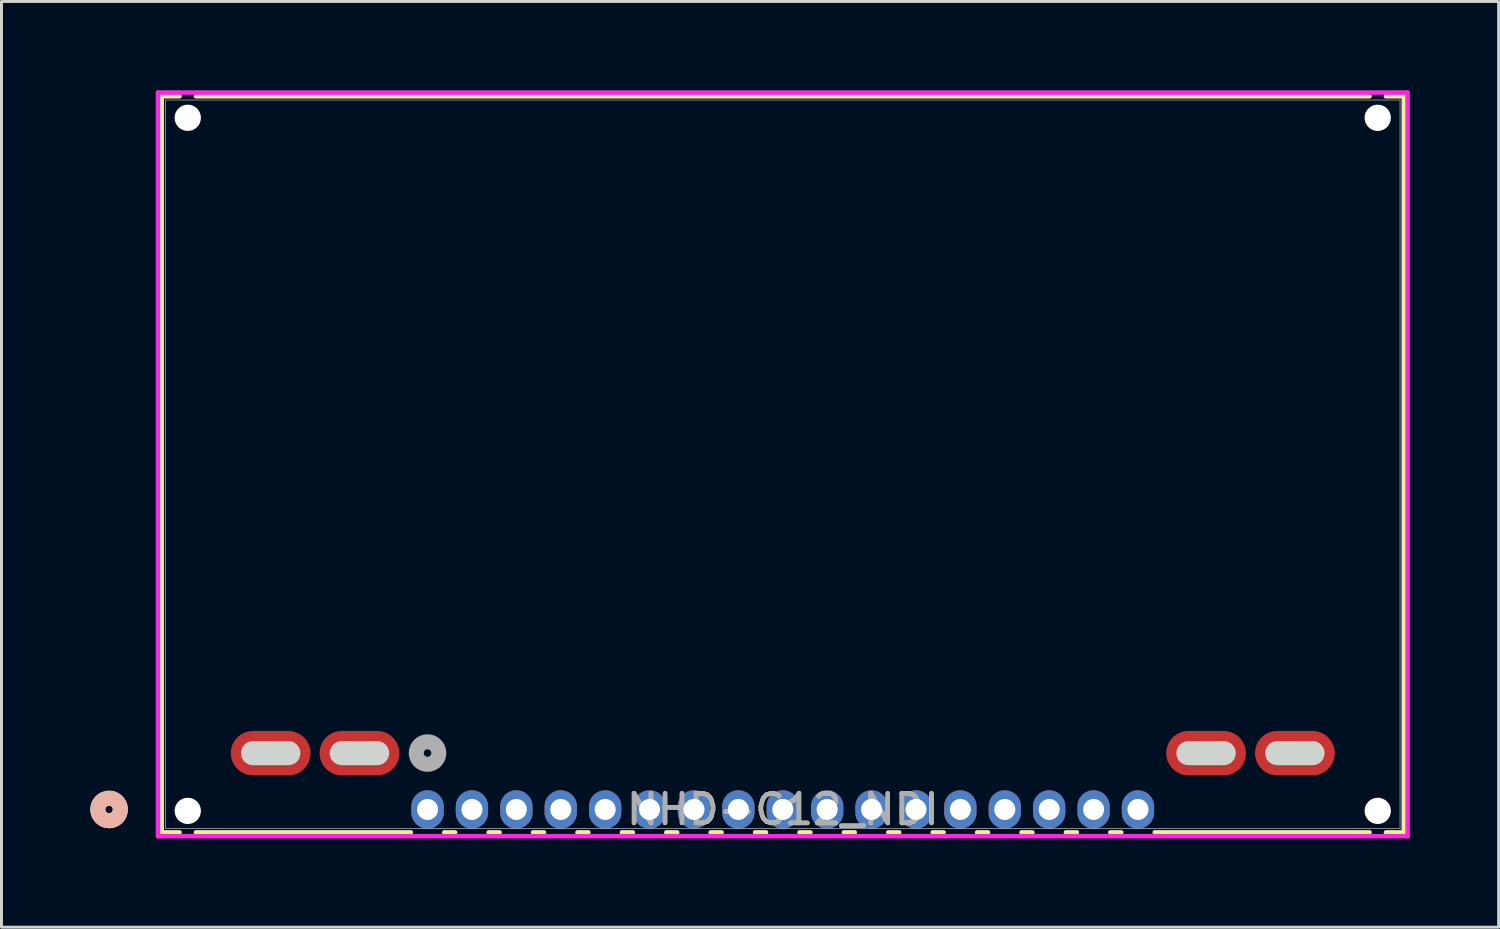
<source format=kicad_pcb>
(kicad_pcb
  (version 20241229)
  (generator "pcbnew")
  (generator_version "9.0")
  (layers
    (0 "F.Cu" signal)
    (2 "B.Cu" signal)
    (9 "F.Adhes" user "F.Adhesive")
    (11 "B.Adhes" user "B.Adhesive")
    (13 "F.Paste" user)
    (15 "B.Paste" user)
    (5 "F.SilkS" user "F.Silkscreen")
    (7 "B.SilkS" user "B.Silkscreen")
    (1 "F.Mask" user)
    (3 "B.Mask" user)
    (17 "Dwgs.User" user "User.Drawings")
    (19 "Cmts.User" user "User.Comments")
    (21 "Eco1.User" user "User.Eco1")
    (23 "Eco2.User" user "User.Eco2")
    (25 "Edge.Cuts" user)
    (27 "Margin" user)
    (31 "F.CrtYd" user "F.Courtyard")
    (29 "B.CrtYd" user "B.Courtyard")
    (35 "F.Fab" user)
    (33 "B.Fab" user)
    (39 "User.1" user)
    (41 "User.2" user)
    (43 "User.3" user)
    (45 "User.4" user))
  (footprint "NHD-C12_NDI"
    (layer "F.Cu")
    (at 11.393 24.295)
    (property "Reference" "NHD-C12_NDI" (at 12 0 0) (unlocked yes) (layer "F.SilkS") (effects (font (size 1 1) (thickness 0.15))))
    (attr through_hole)
    (fp_line (start -8.98 -24.092) (end -8.98 0.775) (stroke (width 0.152) (type solid)) (layer "F.SilkS"))
    (fp_line (start -8.98 0.775) (end -8.376 0.775) (stroke (width 0.152) (type solid)) (layer "F.SilkS"))
    (fp_line (start -8.375 -24.092) (end -8.98 -24.092) (stroke (width 0.152) (type solid)) (layer "F.SilkS"))
    (fp_line (start -7.824 0.775) (end -0.565 0.775) (stroke (width 0.152) (type solid)) (layer "F.SilkS"))
    (fp_line (start 0.565 0.775) (end 0.935 0.775) (stroke (width 0.152) (type solid)) (layer "F.SilkS"))
    (fp_line (start 2.065 0.775) (end 2.435 0.775) (stroke (width 0.152) (type solid)) (layer "F.SilkS"))
    (fp_line (start 3.565 0.775) (end 3.935 0.775) (stroke (width 0.152) (type solid)) (layer "F.SilkS"))
    (fp_line (start 5.065 0.775) (end 5.435 0.775) (stroke (width 0.152) (type solid)) (layer "F.SilkS"))
    (fp_line (start 6.565 0.775) (end 6.935 0.775) (stroke (width 0.152) (type solid)) (layer "F.SilkS"))
    (fp_line (start 8.065 0.775) (end 8.435 0.775) (stroke (width 0.152) (type solid)) (layer "F.SilkS"))
    (fp_line (start 9.565 0.775) (end 9.935 0.775) (stroke (width 0.152) (type solid)) (layer "F.SilkS"))
    (fp_line (start 11.065 0.775) (end 11.435 0.775) (stroke (width 0.152) (type solid)) (layer "F.SilkS"))
    (fp_line (start 12.565 0.775) (end 12.935 0.775) (stroke (width 0.152) (type solid)) (layer "F.SilkS"))
    (fp_line (start 14.065 0.775) (end 14.435 0.775) (stroke (width 0.152) (type solid)) (layer "F.SilkS"))
    (fp_line (start 15.565 0.775) (end 15.935 0.775) (stroke (width 0.152) (type solid)) (layer "F.SilkS"))
    (fp_line (start 17.065 0.775) (end 17.435 0.775) (stroke (width 0.152) (type solid)) (layer "F.SilkS"))
    (fp_line (start 18.565 0.775) (end 18.935 0.775) (stroke (width 0.152) (type solid)) (layer "F.SilkS"))
    (fp_line (start 20.065 0.775) (end 20.435 0.775) (stroke (width 0.152) (type solid)) (layer "F.SilkS"))
    (fp_line (start 21.565 0.775) (end 21.935 0.775) (stroke (width 0.152) (type solid)) (layer "F.SilkS"))
    (fp_line (start 23.065 0.775) (end 23.435 0.775) (stroke (width 0.152) (type solid)) (layer "F.SilkS"))
    (fp_line (start 24.565 0.775) (end 31.824 0.775) (stroke (width 0.152) (type solid)) (layer "F.SilkS"))
    (fp_line (start 31.825 -24.092) (end -7.825 -24.092) (stroke (width 0.152) (type solid)) (layer "F.SilkS"))
    (fp_line (start 32.376 0.775) (end 32.98 0.775) (stroke (width 0.152) (type solid)) (layer "F.SilkS"))
    (fp_line (start 32.98 -24.092) (end 32.375 -24.092) (stroke (width 0.152) (type solid)) (layer "F.SilkS"))
    (fp_line (start 32.98 0.775) (end 32.98 -24.092) (stroke (width 0.152) (type solid)) (layer "F.SilkS"))
    (fp_circle (center -10.758 0) (end -10.377 0) (stroke (width 0.508) (type solid)) (fill no) (layer "F.SilkS"))
    (fp_circle (center -10.758 0) (end -10.377 0) (stroke (width 0.508) (type solid)) (fill no) (layer "B.SilkS"))
    (fp_line (start -5.897 -1.902) (end -4.703 -1.902) (stroke (width 0.813) (type solid)) (layer "Edge.Cuts"))
    (fp_line (start -2.897 -1.902) (end -1.703 -1.902) (stroke (width 0.813) (type solid)) (layer "Edge.Cuts"))
    (fp_line (start 25.703 -1.902) (end 26.897 -1.902) (stroke (width 0.813) (type solid)) (layer "Edge.Cuts"))
    (fp_line (start 28.703 -1.902) (end 29.897 -1.902) (stroke (width 0.813) (type solid)) (layer "Edge.Cuts"))
    (fp_line (start -9.107 -24.219) (end -9.107 0.902) (stroke (width 0.152) (type solid)) (layer "F.CrtYd"))
    (fp_line (start -9.107 0.902) (end 33.107 0.902) (stroke (width 0.152) (type solid)) (layer "F.CrtYd"))
    (fp_line (start 33.107 -24.219) (end -9.107 -24.219) (stroke (width 0.152) (type solid)) (layer "F.CrtYd"))
    (fp_line (start 33.107 0.902) (end 33.107 -24.219) (stroke (width 0.152) (type solid)) (layer "F.CrtYd"))
    (fp_line (start -8.853 -23.965) (end -8.853 0.648) (stroke (width 0.025) (type solid)) (layer "F.Fab"))
    (fp_line (start -8.853 0.648) (end 32.853 0.648) (stroke (width 0.025) (type solid)) (layer "F.Fab"))
    (fp_line (start 32.853 -23.965) (end -8.853 -23.965) (stroke (width 0.025) (type solid)) (layer "F.Fab"))
    (fp_line (start 32.853 0.648) (end 32.853 -23.965) (stroke (width 0.025) (type solid)) (layer "F.Fab"))
    (fp_circle (center 0 -1.905) (end 0.381 -1.905) (stroke (width 0.508) (type solid)) (fill no) (layer "F.Fab"))
    (fp_text user "${REFERENCE}" (at 12 0 0) (unlocked yes) (layer "F.Fab") (effects (font (size 1 1) (thickness 0.15))))
    (pad "" np_thru_hole circle (at -8.1 0.048) (size 0.889 0.889) (drill 0.889) (layers "*.Cu" "*.Mask"))
    (pad "" np_thru_hole circle (at -8.1 -23.365) (size 0.889 0.889) (drill 0.889) (layers "*.Cu" "*.Mask"))
    (pad "" np_thru_hole circle (at 32.1 -23.365) (size 0.889 0.889) (drill 0.889) (layers "*.Cu" "*.Mask"))
    (pad "" np_thru_hole circle (at 32.1 0.048) (size 0.889 0.889) (drill 0.889) (layers "*.Cu" "*.Mask"))
    (pad "1" thru_hole oval (at 0 0) (size 1.092 1.295) (drill 0.711) (layers "*.Cu" "*.Mask"))
    (pad "2" thru_hole oval (at 1.5 0) (size 1.092 1.295) (drill 0.711) (layers "*.Cu" "*.Mask"))
    (pad "3" thru_hole oval (at 3 0) (size 1.092 1.295) (drill 0.711) (layers "*.Cu" "*.Mask"))
    (pad "4" thru_hole oval (at 4.5 0) (size 1.092 1.295) (drill 0.711) (layers "*.Cu" "*.Mask"))
    (pad "5" thru_hole oval (at 6 0) (size 1.092 1.295) (drill 0.711) (layers "*.Cu" "*.Mask"))
    (pad "6" thru_hole oval (at 7.5 0) (size 1.092 1.295) (drill 0.711) (layers "*.Cu" "*.Mask"))
    (pad "7" thru_hole oval (at 9 0) (size 1.092 1.295) (drill 0.711) (layers "*.Cu" "*.Mask"))
    (pad "8" thru_hole oval (at 10.5 0) (size 1.092 1.295) (drill 0.711) (layers "*.Cu" "*.Mask"))
    (pad "9" thru_hole oval (at 12 0) (size 1.092 1.295) (drill 0.711) (layers "*.Cu" "*.Mask"))
    (pad "10" thru_hole oval (at 13.5 0) (size 1.092 1.295) (drill 0.711) (layers "*.Cu" "*.Mask"))
    (pad "11" thru_hole oval (at 15 0) (size 1.092 1.295) (drill 0.711) (layers "*.Cu" "*.Mask"))
    (pad "12" thru_hole oval (at 16.5 0) (size 1.092 1.295) (drill 0.711) (layers "*.Cu" "*.Mask"))
    (pad "13" thru_hole oval (at 18 0) (size 1.092 1.295) (drill 0.711) (layers "*.Cu" "*.Mask"))
    (pad "14" thru_hole oval (at 19.5 0) (size 1.092 1.295) (drill 0.711) (layers "*.Cu" "*.Mask"))
    (pad "15" thru_hole oval (at 21 0) (size 1.092 1.295) (drill 0.711) (layers "*.Cu" "*.Mask"))
    (pad "16" thru_hole oval (at 22.5 0) (size 1.092 1.295) (drill 0.711) (layers "*.Cu" "*.Mask"))
    (pad "17" thru_hole oval (at 24 0) (size 1.092 1.295) (drill 0.711) (layers "*.Cu" "*.Mask"))
    (pad "A" smd oval (at -5.3 -1.902) (size 2.692 1.499) (layers "F.Cu" "F.Mask" "F.Paste"))
    (pad "K(B)" smd oval (at 29.3 -1.902) (size 2.692 1.499) (layers "F.Cu" "F.Mask" "F.Paste"))
    (pad "K(G)" smd oval (at 26.3 -1.902) (size 2.692 1.499) (layers "F.Cu" "F.Mask" "F.Paste"))
    (pad "K(R)" smd oval (at -2.3 -1.902) (size 2.692 1.499) (layers "F.Cu" "F.Mask" "F.Paste")))
  (gr_rect
    (start -3 -3)
    (end 47.577 28.273)
    (stroke (width 0.1) (type default))
    (fill no)
    (layer "Edge.Cuts")))
</source>
